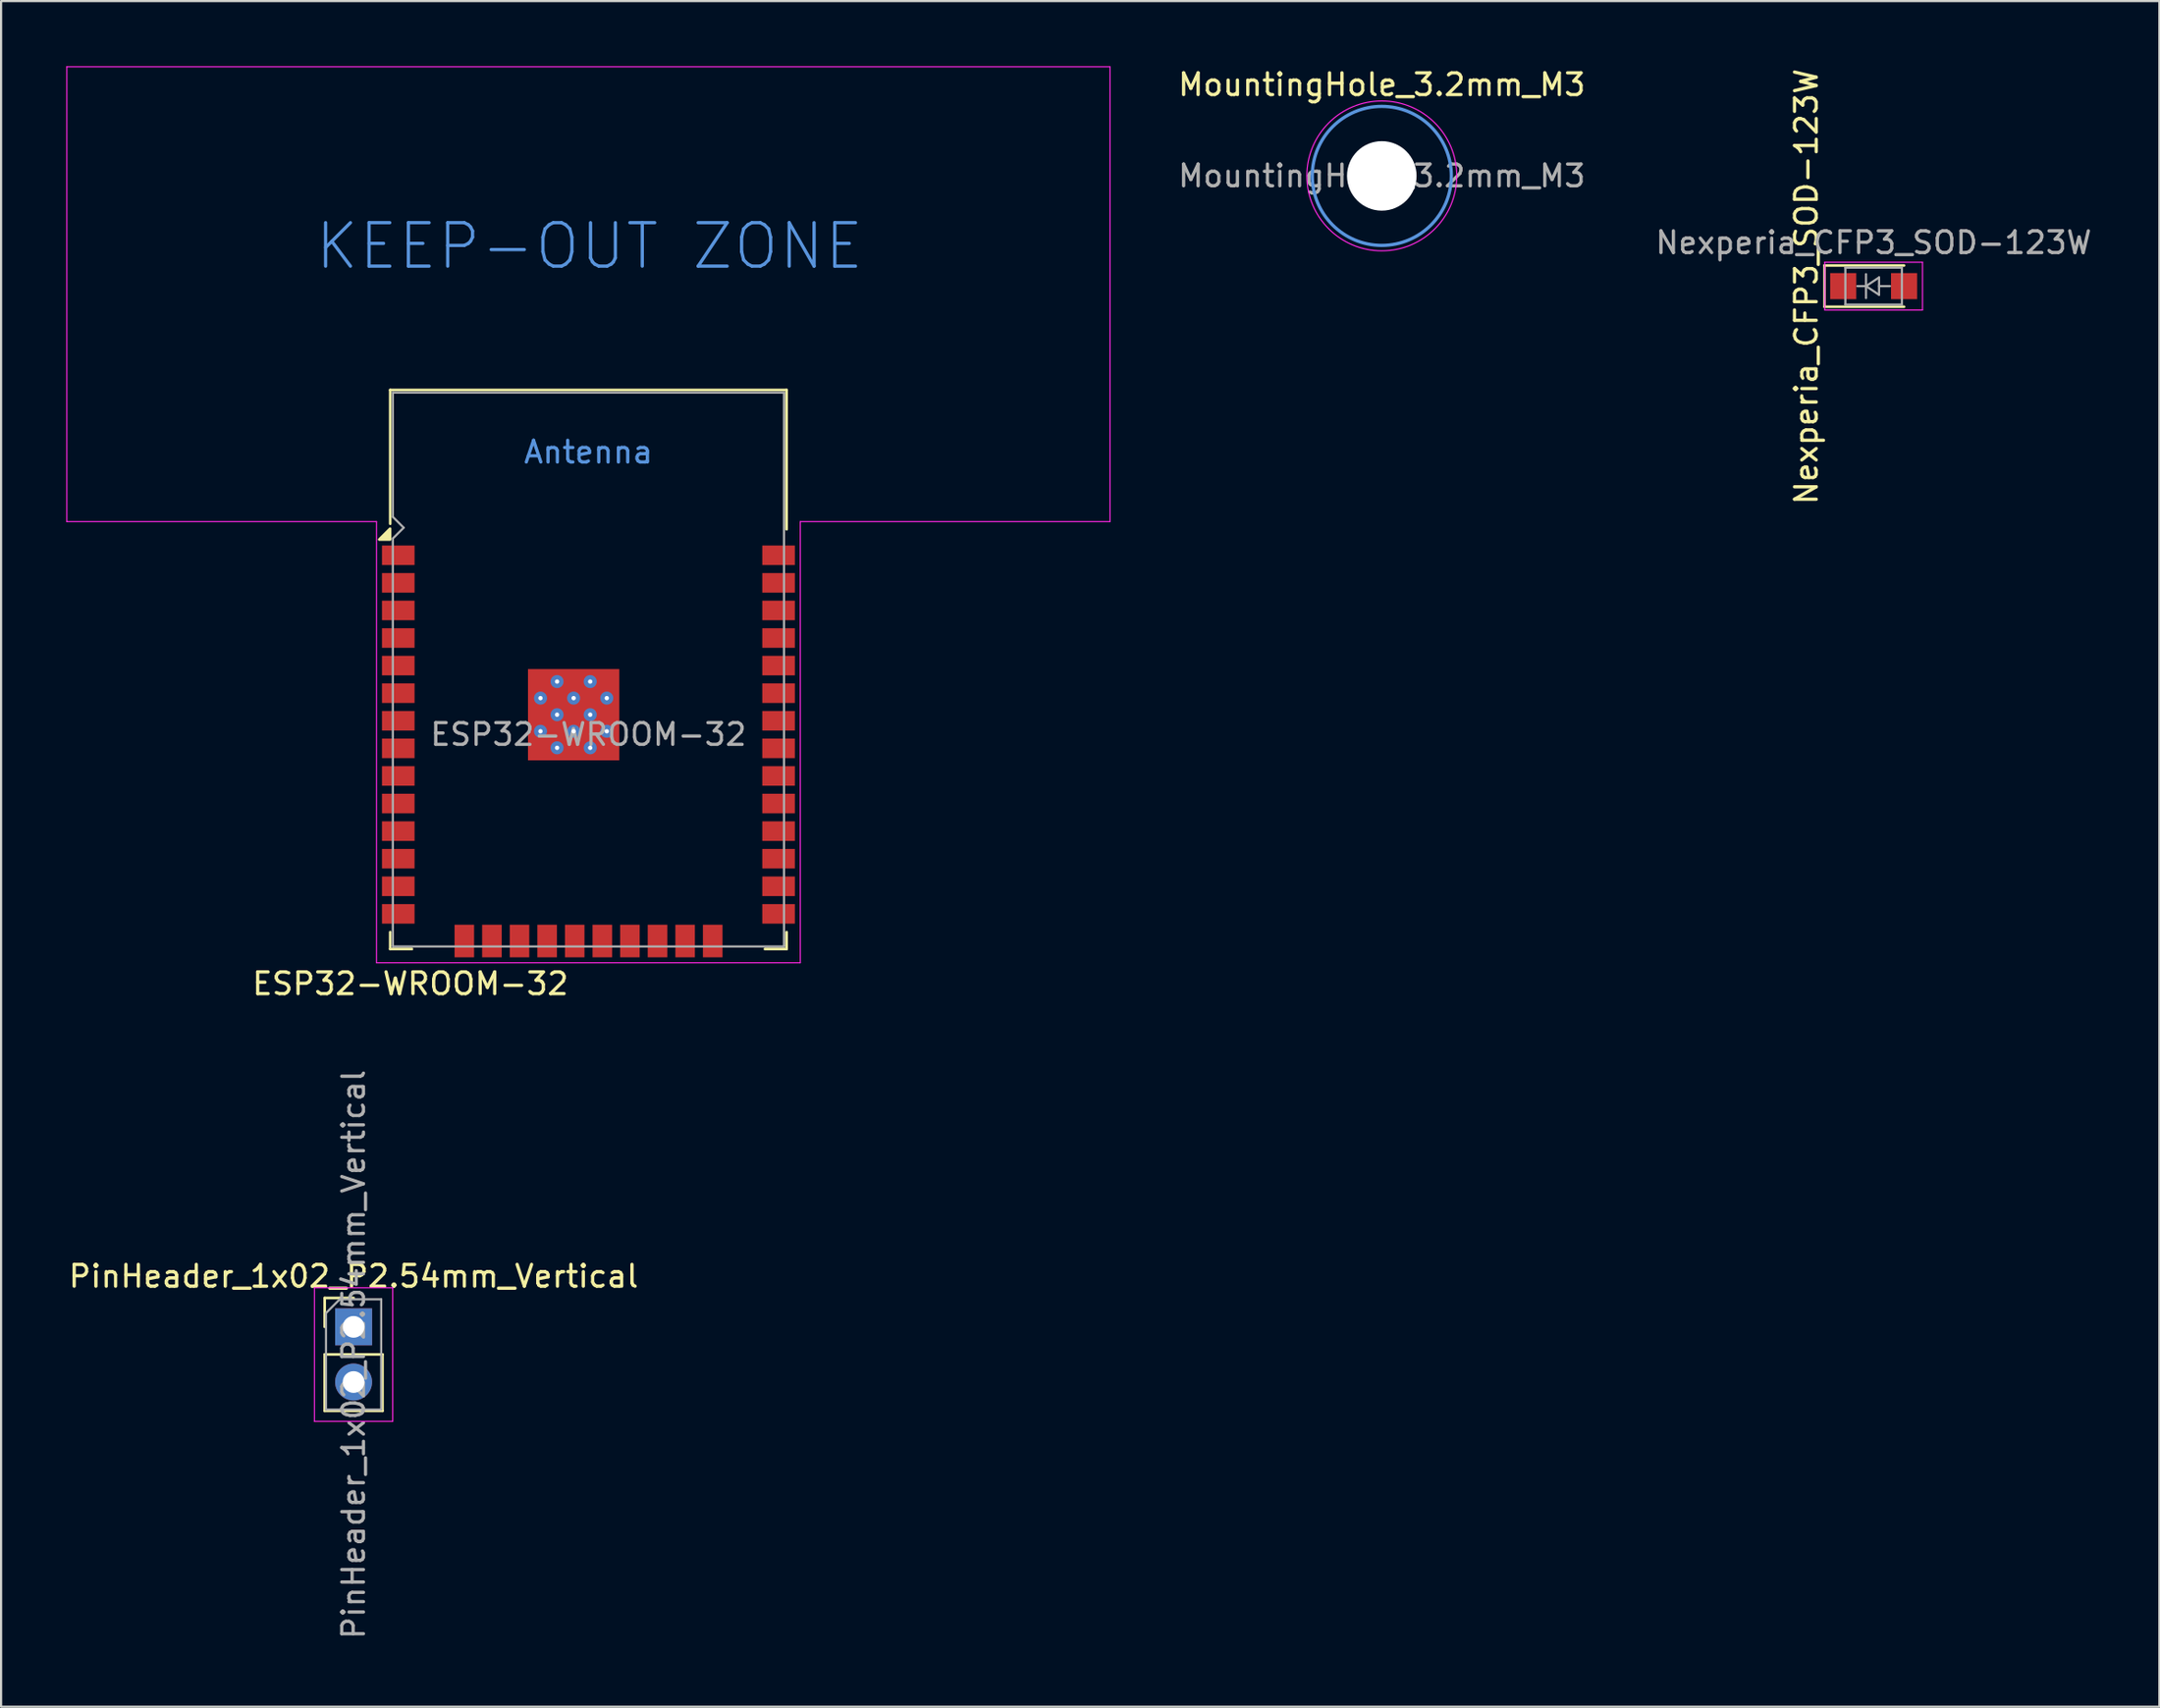
<source format=kicad_pcb>
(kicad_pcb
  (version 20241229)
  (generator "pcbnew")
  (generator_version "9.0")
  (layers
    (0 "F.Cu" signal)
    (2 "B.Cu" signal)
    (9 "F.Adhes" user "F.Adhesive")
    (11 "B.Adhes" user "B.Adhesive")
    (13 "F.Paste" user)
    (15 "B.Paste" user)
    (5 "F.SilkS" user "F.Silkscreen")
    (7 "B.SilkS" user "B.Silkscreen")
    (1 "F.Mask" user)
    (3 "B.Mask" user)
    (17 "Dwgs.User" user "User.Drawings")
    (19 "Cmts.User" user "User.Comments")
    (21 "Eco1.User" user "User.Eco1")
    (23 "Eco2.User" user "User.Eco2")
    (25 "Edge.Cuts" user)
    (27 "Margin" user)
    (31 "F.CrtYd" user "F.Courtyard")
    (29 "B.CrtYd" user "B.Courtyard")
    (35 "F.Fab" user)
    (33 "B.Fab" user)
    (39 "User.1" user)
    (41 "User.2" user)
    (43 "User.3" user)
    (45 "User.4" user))
  (footprint "PinHeader_1x02_P2.54mm_Vertical"
    (layer "F.Cu")
    (at 13.22 58.039)
    (property "Reference" "PinHeader_1x02_P2.54mm_Vertical" (at 0 -2.33 0) (layer "F.SilkS") (effects (font (size 1 1) (thickness 0.15))))
    (attr through_hole)
    (fp_line (start -1.33 -1.33) (end 0 -1.33) (stroke (width 0.12) (type solid)) (layer "F.SilkS"))
    (fp_line (start -1.33 0) (end -1.33 -1.33) (stroke (width 0.12) (type solid)) (layer "F.SilkS"))
    (fp_line (start -1.33 1.27) (end -1.33 3.87) (stroke (width 0.12) (type solid)) (layer "F.SilkS"))
    (fp_line (start -1.33 1.27) (end 1.33 1.27) (stroke (width 0.12) (type solid)) (layer "F.SilkS"))
    (fp_line (start -1.33 3.87) (end 1.33 3.87) (stroke (width 0.12) (type solid)) (layer "F.SilkS"))
    (fp_line (start 1.33 1.27) (end 1.33 3.87) (stroke (width 0.12) (type solid)) (layer "F.SilkS"))
    (fp_line (start -1.8 -1.8) (end -1.8 4.35) (stroke (width 0.05) (type solid)) (layer "F.CrtYd"))
    (fp_line (start -1.8 4.35) (end 1.8 4.35) (stroke (width 0.05) (type solid)) (layer "F.CrtYd"))
    (fp_line (start 1.8 -1.8) (end -1.8 -1.8) (stroke (width 0.05) (type solid)) (layer "F.CrtYd"))
    (fp_line (start 1.8 4.35) (end 1.8 -1.8) (stroke (width 0.05) (type solid)) (layer "F.CrtYd"))
    (fp_line (start -1.27 -0.635) (end -0.635 -1.27) (stroke (width 0.1) (type solid)) (layer "F.Fab"))
    (fp_line (start -1.27 3.81) (end -1.27 -0.635) (stroke (width 0.1) (type solid)) (layer "F.Fab"))
    (fp_line (start -0.635 -1.27) (end 1.27 -1.27) (stroke (width 0.1) (type solid)) (layer "F.Fab"))
    (fp_line (start 1.27 -1.27) (end 1.27 3.81) (stroke (width 0.1) (type solid)) (layer "F.Fab"))
    (fp_line (start 1.27 3.81) (end -1.27 3.81) (stroke (width 0.1) (type solid)) (layer "F.Fab"))
    (fp_text user "${REFERENCE}" (at 0 1.27 90) (layer "F.Fab") (effects (font (size 1 1) (thickness 0.15))))
    (pad "1" thru_hole rect (at 0 0) (size 1.7 1.7) (drill 1) (layers "*.Cu" "*.Mask"))
    (pad "2" thru_hole oval (at 0 2.54) (size 1.7 1.7) (drill 1) (layers "*.Cu" "*.Mask")))
  (footprint "ESP32-WROOM-32"
    (layer "F.Cu")
    (at 24.025 30.765)
    (property "Reference" "ESP32-WROOM-32" (at -8.193 11.476 180) (layer "F.SilkS") (effects (font (size 1 1) (thickness 0.15))))
    (attr smd)
    (fp_line (start -9.12 -15.86) (end -9.12 -9.7) (stroke (width 0.12) (type solid)) (layer "F.SilkS"))
    (fp_line (start -9.12 -15.86) (end 9.12 -15.86) (stroke (width 0.12) (type solid)) (layer "F.SilkS"))
    (fp_line (start -9.12 9.1) (end -9.12 9.88) (stroke (width 0.12) (type solid)) (layer "F.SilkS"))
    (fp_line (start -9.12 9.88) (end -8.12 9.88) (stroke (width 0.12) (type solid)) (layer "F.SilkS"))
    (fp_line (start 9.12 -15.86) (end 9.12 -9.445) (stroke (width 0.12) (type solid)) (layer "F.SilkS"))
    (fp_line (start 9.12 9.1) (end 9.12 9.88) (stroke (width 0.12) (type solid)) (layer "F.SilkS"))
    (fp_line (start 9.12 9.88) (end 8.12 9.88) (stroke (width 0.12) (type solid)) (layer "F.SilkS"))
    (fp_poly (pts (xy -9.125 -8.975) (xy -9.625 -8.975) (xy -9.125 -9.475) (xy -9.125 -8.975)) (stroke (width 0.12) (type solid)) (fill yes) (layer "F.SilkS"))
    (fp_line (start -24 -30.74) (end -24 -9.8) (stroke (width 0.05) (type solid)) (layer "F.CrtYd"))
    (fp_line (start -24 -9.8) (end -9.75 -9.8) (stroke (width 0.05) (type solid)) (layer "F.CrtYd"))
    (fp_line (start -9.75 10.51) (end -9.75 -9.8) (stroke (width 0.05) (type solid)) (layer "F.CrtYd"))
    (fp_line (start -9.75 10.51) (end 9.75 10.51) (stroke (width 0.05) (type solid)) (layer "F.CrtYd"))
    (fp_line (start 9.75 -9.8) (end 9.75 10.51) (stroke (width 0.05) (type solid)) (layer "F.CrtYd"))
    (fp_line (start 9.75 -9.8) (end 24 -9.8) (stroke (width 0.05) (type solid)) (layer "F.CrtYd"))
    (fp_line (start 24 -30.74) (end -24 -30.74) (stroke (width 0.05) (type solid)) (layer "F.CrtYd"))
    (fp_line (start 24 -9.8) (end 24 -30.74) (stroke (width 0.05) (type solid)) (layer "F.CrtYd"))
    (fp_line (start -9 -15.74) (end -9 -10.02) (stroke (width 0.1) (type solid)) (layer "F.Fab"))
    (fp_line (start -9 -15.74) (end 9 -15.74) (stroke (width 0.1) (type solid)) (layer "F.Fab"))
    (fp_line (start -9 -9.02) (end -9 9.76) (stroke (width 0.1) (type solid)) (layer "F.Fab"))
    (fp_line (start -9 -9.02) (end -8.5 -9.52) (stroke (width 0.1) (type solid)) (layer "F.Fab"))
    (fp_line (start -9 9.76) (end 9 9.76) (stroke (width 0.1) (type solid)) (layer "F.Fab"))
    (fp_line (start -8.5 -9.52) (end -9 -10.02) (stroke (width 0.1) (type solid)) (layer "F.Fab"))
    (fp_line (start 9 9.76) (end 9 -15.74) (stroke (width 0.1) (type solid)) (layer "F.Fab"))
    (fp_text user "Antenna" (at 0 -13 0) (layer "Cmts.User") (effects (font (size 1 1) (thickness 0.15))))
    (fp_text user "KEEP-OUT ZONE" (at 0.05 -22.48 0) (layer "Cmts.User") (effects (font (size 2 2) (thickness 0.15))))
    (fp_text user "${REFERENCE}" (at 0 0 0) (layer "F.Fab") (effects (font (size 1 1) (thickness 0.15))))
    (pad "1" smd rect (at -8.75 -8.25) (size 1.5 0.9) (layers "F.Cu" "F.Mask" "F.Paste"))
    (pad "2" smd rect (at -8.75 -6.98) (size 1.5 0.9) (layers "F.Cu" "F.Mask" "F.Paste"))
    (pad "3" smd rect (at -8.75 -5.71) (size 1.5 0.9) (layers "F.Cu" "F.Mask" "F.Paste"))
    (pad "4" smd rect (at -8.75 -4.44) (size 1.5 0.9) (layers "F.Cu" "F.Mask" "F.Paste"))
    (pad "5" smd rect (at -8.75 -3.17) (size 1.5 0.9) (layers "F.Cu" "F.Mask" "F.Paste"))
    (pad "6" smd rect (at -8.75 -1.9) (size 1.5 0.9) (layers "F.Cu" "F.Mask" "F.Paste"))
    (pad "7" smd rect (at -8.75 -0.63) (size 1.5 0.9) (layers "F.Cu" "F.Mask" "F.Paste"))
    (pad "8" smd rect (at -8.75 0.64) (size 1.5 0.9) (layers "F.Cu" "F.Mask" "F.Paste"))
    (pad "9" smd rect (at -8.75 1.91) (size 1.5 0.9) (layers "F.Cu" "F.Mask" "F.Paste"))
    (pad "10" smd rect (at -8.75 3.18) (size 1.5 0.9) (layers "F.Cu" "F.Mask" "F.Paste"))
    (pad "11" smd rect (at -8.75 4.45) (size 1.5 0.9) (layers "F.Cu" "F.Mask" "F.Paste"))
    (pad "12" smd rect (at -8.75 5.72) (size 1.5 0.9) (layers "F.Cu" "F.Mask" "F.Paste"))
    (pad "13" smd rect (at -8.75 6.99) (size 1.5 0.9) (layers "F.Cu" "F.Mask" "F.Paste"))
    (pad "14" smd rect (at -8.75 8.26) (size 1.5 0.9) (layers "F.Cu" "F.Mask" "F.Paste"))
    (pad "15" smd rect (at -5.71 9.51 90) (size 1.5 0.9) (layers "F.Cu" "F.Mask" "F.Paste"))
    (pad "16" smd rect (at -4.44 9.51 90) (size 1.5 0.9) (layers "F.Cu" "F.Mask" "F.Paste"))
    (pad "17" smd rect (at -3.17 9.51 90) (size 1.5 0.9) (layers "F.Cu" "F.Mask" "F.Paste"))
    (pad "18" smd rect (at -1.9 9.51 90) (size 1.5 0.9) (layers "F.Cu" "F.Mask" "F.Paste"))
    (pad "19" smd rect (at -0.63 9.51 90) (size 1.5 0.9) (layers "F.Cu" "F.Mask" "F.Paste"))
    (pad "20" smd rect (at 0.64 9.51 90) (size 1.5 0.9) (layers "F.Cu" "F.Mask" "F.Paste"))
    (pad "21" smd rect (at 1.91 9.51 90) (size 1.5 0.9) (layers "F.Cu" "F.Mask" "F.Paste"))
    (pad "22" smd rect (at 3.18 9.51 90) (size 1.5 0.9) (layers "F.Cu" "F.Mask" "F.Paste"))
    (pad "23" smd rect (at 4.45 9.51 90) (size 1.5 0.9) (layers "F.Cu" "F.Mask" "F.Paste"))
    (pad "24" smd rect (at 5.72 9.51 90) (size 1.5 0.9) (layers "F.Cu" "F.Mask" "F.Paste"))
    (pad "25" smd rect (at 8.75 8.26) (size 1.5 0.9) (layers "F.Cu" "F.Mask" "F.Paste"))
    (pad "26" smd rect (at 8.75 6.99) (size 1.5 0.9) (layers "F.Cu" "F.Mask" "F.Paste"))
    (pad "27" smd rect (at 8.75 5.72) (size 1.5 0.9) (layers "F.Cu" "F.Mask" "F.Paste"))
    (pad "28" smd rect (at 8.75 4.45) (size 1.5 0.9) (layers "F.Cu" "F.Mask" "F.Paste"))
    (pad "29" smd rect (at 8.75 3.18) (size 1.5 0.9) (layers "F.Cu" "F.Mask" "F.Paste"))
    (pad "30" smd rect (at 8.75 1.91) (size 1.5 0.9) (layers "F.Cu" "F.Mask" "F.Paste"))
    (pad "31" smd rect (at 8.75 0.64) (size 1.5 0.9) (layers "F.Cu" "F.Mask" "F.Paste"))
    (pad "32" smd rect (at 8.75 -0.63) (size 1.5 0.9) (layers "F.Cu" "F.Mask" "F.Paste"))
    (pad "33" smd rect (at 8.75 -1.9) (size 1.5 0.9) (layers "F.Cu" "F.Mask" "F.Paste"))
    (pad "34" smd rect (at 8.75 -3.17) (size 1.5 0.9) (layers "F.Cu" "F.Mask" "F.Paste"))
    (pad "35" smd rect (at 8.75 -4.44) (size 1.5 0.9) (layers "F.Cu" "F.Mask" "F.Paste"))
    (pad "36" smd rect (at 8.75 -5.71) (size 1.5 0.9) (layers "F.Cu" "F.Mask" "F.Paste"))
    (pad "37" smd rect (at 8.75 -6.98) (size 1.5 0.9) (layers "F.Cu" "F.Mask" "F.Paste"))
    (pad "38" smd rect (at 8.75 -8.25) (size 1.5 0.9) (layers "F.Cu" "F.Mask" "F.Paste"))
    (pad "39" smd rect (at -2.205 -2.435) (size 1.05 1.05) (layers "F.Cu" "F.Paste"))
    (pad "39" thru_hole circle (at -2.205 -1.673) (size 0.6 0.6) (drill 0.2) (property pad_prop_heatsink) (layers "*.Cu" "F.Mask"))
    (pad "39" smd rect (at -2.205 -0.91) (size 1.05 1.05) (layers "F.Cu" "F.Paste"))
    (pad "39" thru_hole circle (at -2.205 -0.147) (size 0.6 0.6) (drill 0.2) (property pad_prop_heatsink) (layers "*.Cu" "F.Mask"))
    (pad "39" smd rect (at -2.205 0.615) (size 1.05 1.05) (layers "F.Cu" "F.Paste"))
    (pad "39" thru_hole circle (at -1.442 -2.435) (size 0.6 0.6) (drill 0.2) (property pad_prop_heatsink) (layers "*.Cu" "F.Mask"))
    (pad "39" thru_hole circle (at -1.442 -0.91) (size 0.6 0.6) (drill 0.2) (property pad_prop_heatsink) (layers "*.Cu" "F.Mask"))
    (pad "39" thru_hole circle (at -1.442 0.615) (size 0.6 0.6) (drill 0.2) (property pad_prop_heatsink) (layers "*.Cu" "F.Mask"))
    (pad "39" smd rect (at -0.68 -2.435) (size 1.05 1.05) (layers "F.Cu" "F.Paste"))
    (pad "39" thru_hole circle (at -0.68 -1.673) (size 0.6 0.6) (drill 0.2) (property pad_prop_heatsink) (layers "*.Cu" "F.Mask"))
    (pad "39" smd rect (at -0.68 -0.91) (size 1.05 1.05) (layers "F.Cu" "F.Paste"))
    (pad "39" smd rect (at -0.68 -0.91) (size 4.2 4.2) (property pad_prop_heatsink) (layers "F.Cu" "F.Mask"))
    (pad "39" thru_hole circle (at -0.68 -0.147) (size 0.6 0.6) (drill 0.2) (property pad_prop_heatsink) (layers "*.Cu" "F.Mask"))
    (pad "39" smd rect (at -0.68 0.615) (size 1.05 1.05) (layers "F.Cu" "F.Paste"))
    (pad "39" thru_hole circle (at 0.083 -2.435) (size 0.6 0.6) (drill 0.2) (property pad_prop_heatsink) (layers "*.Cu" "F.Mask"))
    (pad "39" thru_hole circle (at 0.083 -0.91) (size 0.6 0.6) (drill 0.2) (property pad_prop_heatsink) (layers "*.Cu" "F.Mask"))
    (pad "39" thru_hole circle (at 0.083 0.615) (size 0.6 0.6) (drill 0.2) (property pad_prop_heatsink) (layers "*.Cu" "F.Mask"))
    (pad "39" smd rect (at 0.845 -2.435) (size 1.05 1.05) (layers "F.Cu" "F.Paste"))
    (pad "39" thru_hole circle (at 0.845 -1.673) (size 0.6 0.6) (drill 0.2) (property pad_prop_heatsink) (layers "*.Cu" "F.Mask"))
    (pad "39" smd rect (at 0.845 -0.91) (size 1.05 1.05) (layers "F.Cu" "F.Paste"))
    (pad "39" thru_hole circle (at 0.845 -0.147) (size 0.6 0.6) (drill 0.2) (property pad_prop_heatsink) (layers "*.Cu" "F.Mask"))
    (pad "39" smd rect (at 0.845 0.615) (size 1.05 1.05) (layers "F.Cu" "F.Paste"))
    (zone (net_name "") (layers "F.Cu" "B.Cu") (hatch full 0.508) (connect_pads) (min_thickness 0.254) (filled_areas_thickness no) (keepout (tracks not_allowed) (vias not_allowed) (pads not_allowed) (copperpour not_allowed) (footprints not_allowed)) (placement (enabled no)) (fill) (polygon (pts (xy 0.025 20.965) (xy 48.025 20.965) (xy 48.025 0.025) (xy 0.025 0.025)))))
  (footprint "Nexperia_CFP3_SOD-123W"
    (layer "F.Cu")
    (at 83.163 10.123)
    (property "Reference" "Nexperia_CFP3_SOD-123W" (at -3.096 0.025 90) (layer "F.SilkS") (effects (font (size 1 1) (thickness 0.15))))
    (attr smd)
    (fp_line (start -2.26 -0.95) (end -2.26 0.95) (stroke (width 0.12) (type solid)) (layer "F.SilkS"))
    (fp_line (start -2.26 -0.95) (end 1.4 -0.95) (stroke (width 0.12) (type solid)) (layer "F.SilkS"))
    (fp_line (start -2.26 0.95) (end 1.4 0.95) (stroke (width 0.12) (type solid)) (layer "F.SilkS"))
    (fp_line (start -2.25 -1.1) (end -2.25 1.1) (stroke (width 0.05) (type solid)) (layer "F.CrtYd"))
    (fp_line (start -2.25 -1.1) (end 2.25 -1.1) (stroke (width 0.05) (type solid)) (layer "F.CrtYd"))
    (fp_line (start 2.25 -1.1) (end 2.25 1.1) (stroke (width 0.05) (type solid)) (layer "F.CrtYd"))
    (fp_line (start 2.25 1.1) (end -2.25 1.1) (stroke (width 0.05) (type solid)) (layer "F.CrtYd"))
    (fp_line (start -1.3 -0.85) (end 1.3 -0.85) (stroke (width 0.1) (type solid)) (layer "F.Fab"))
    (fp_line (start -1.3 0.85) (end -1.3 -0.85) (stroke (width 0.1) (type solid)) (layer "F.Fab"))
    (fp_line (start -0.75 0) (end -0.35 0) (stroke (width 0.1) (type solid)) (layer "F.Fab"))
    (fp_line (start -0.35 -0.55) (end -0.35 0.55) (stroke (width 0.1) (type solid)) (layer "F.Fab"))
    (fp_line (start -0.35 0) (end 0.25 -0.4) (stroke (width 0.1) (type solid)) (layer "F.Fab"))
    (fp_line (start -0.35 0) (end 0.25 0.4) (stroke (width 0.1) (type solid)) (layer "F.Fab"))
    (fp_line (start 0.25 -0.4) (end 0.25 0.4) (stroke (width 0.1) (type solid)) (layer "F.Fab"))
    (fp_line (start 0.75 0) (end 0.25 0) (stroke (width 0.1) (type solid)) (layer "F.Fab"))
    (fp_line (start 1.3 -0.85) (end 1.3 0.85) (stroke (width 0.1) (type solid)) (layer "F.Fab"))
    (fp_line (start 1.3 0.85) (end -1.3 0.85) (stroke (width 0.1) (type solid)) (layer "F.Fab"))
    (fp_text user "${REFERENCE}" (at 0 -2 0) (layer "F.Fab") (effects (font (size 1 1) (thickness 0.15))))
    (pad "1" smd rect (at -1.4 0) (size 1.2 1.2) (layers "F.Cu" "F.Mask" "F.Paste"))
    (pad "2" smd rect (at 1.4 0) (size 1.2 1.2) (layers "F.Cu" "F.Mask" "F.Paste")))
  (footprint "MountingHole_3.2mm_M3"
    (layer "F.Cu")
    (at 60.532 5.048)
    (property "Reference" "MountingHole_3.2mm_M3" (at 0 -4.2 0) (layer "F.SilkS") (effects (font (size 1 1) (thickness 0.15))))
    (attr exclude_from_pos_files exclude_from_bom)
    (fp_circle (center 0 0) (end 3.2 0) (stroke (width 0.15) (type solid)) (fill no) (layer "Cmts.User"))
    (fp_circle (center 0 0) (end 3.45 0) (stroke (width 0.05) (type solid)) (fill no) (layer "F.CrtYd"))
    (fp_text user "${REFERENCE}" (at 0 0 0) (layer "F.Fab") (effects (font (size 1 1) (thickness 0.15))))
    (pad "" np_thru_hole circle (at 0 0) (size 3.2 3.2) (drill 3.2) (layers "*.Cu" "*.Mask")))
  (gr_rect
    (start -3 -3)
    (end 96.312 75.529)
    (stroke (width 0.1) (type default))
    (fill no)
    (layer "Edge.Cuts")))
</source>
